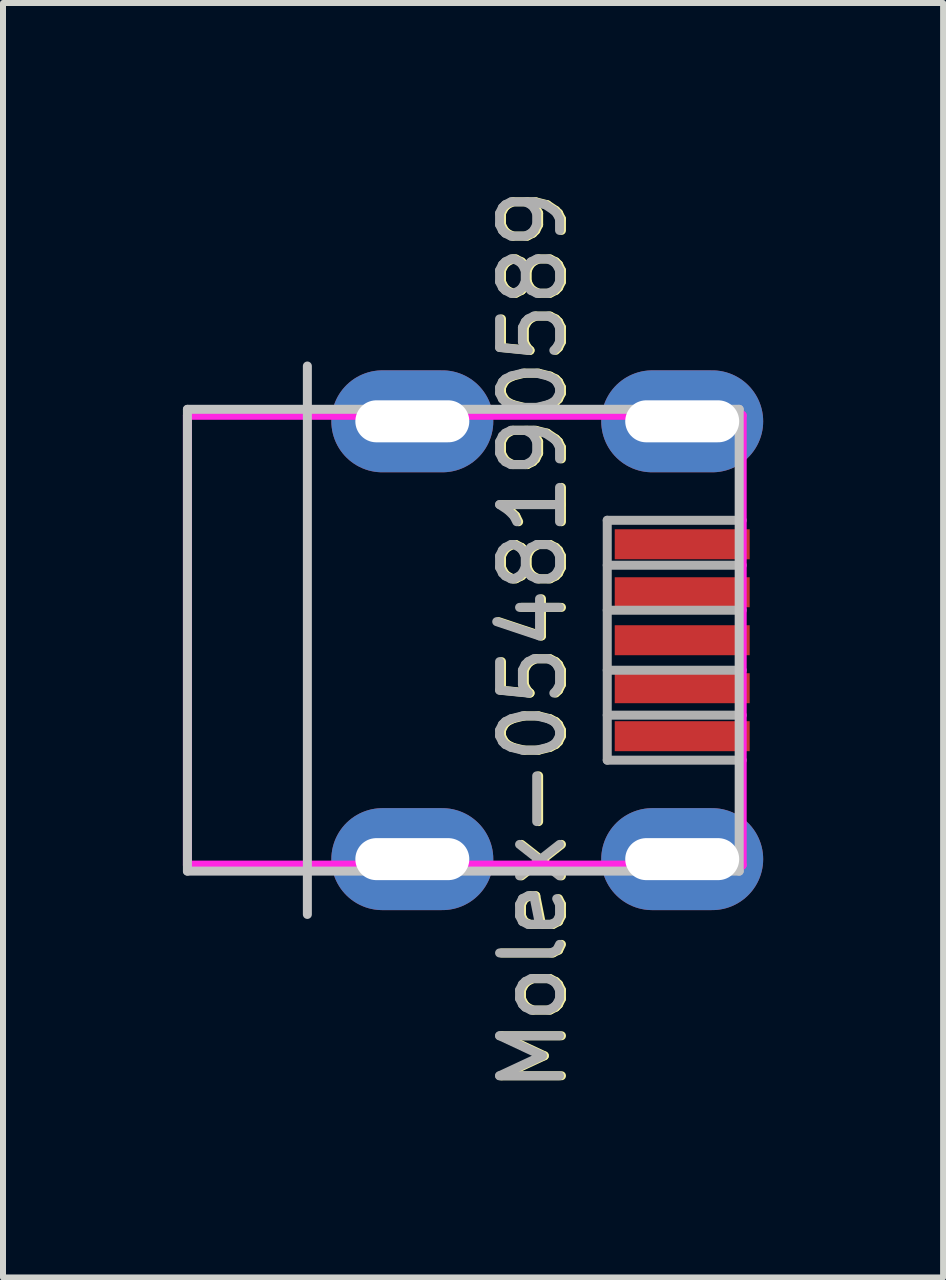
<source format=kicad_pcb>
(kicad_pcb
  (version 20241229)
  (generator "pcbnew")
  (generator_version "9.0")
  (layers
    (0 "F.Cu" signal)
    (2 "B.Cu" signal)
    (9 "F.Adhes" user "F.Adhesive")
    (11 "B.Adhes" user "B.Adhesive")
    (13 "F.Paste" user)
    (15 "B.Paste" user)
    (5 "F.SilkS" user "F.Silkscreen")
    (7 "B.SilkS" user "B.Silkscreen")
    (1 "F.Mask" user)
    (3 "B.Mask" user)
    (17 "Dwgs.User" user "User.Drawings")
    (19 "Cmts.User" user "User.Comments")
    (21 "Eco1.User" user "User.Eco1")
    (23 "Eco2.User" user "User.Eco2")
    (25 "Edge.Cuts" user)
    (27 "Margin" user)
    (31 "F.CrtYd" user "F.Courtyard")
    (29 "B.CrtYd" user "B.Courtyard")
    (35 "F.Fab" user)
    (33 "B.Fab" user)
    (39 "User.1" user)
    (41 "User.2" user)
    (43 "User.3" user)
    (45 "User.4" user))
  (footprint "Molex-0548190589"
    (layer "F.Cu")
    (at 3.825 7.625)
    (property "Reference" "Molex-0548190589" (at 2.032 0 90) (layer "F.SilkS") (effects (font (size 1 1) (thickness 0.15))))
    (attr smd)
    (fp_line (start -3.75 -3.85) (end -3.75 3.85) (stroke (width 0.15) (type solid)) (layer "Dwgs.User"))
    (fp_line (start -3.75 -3.85) (end 0 -3.85) (stroke (width 0.15) (type solid)) (layer "Dwgs.User"))
    (fp_line (start -3.75 3.85) (end 0 3.85) (stroke (width 0.15) (type solid)) (layer "Dwgs.User"))
    (fp_line (start -1.75 -4.572) (end -1.75 4.572) (stroke (width 0.15) (type solid)) (layer "Dwgs.User"))
    (fp_line (start 0 -3.85) (end 5.45 -3.85) (stroke (width 0.15) (type solid)) (layer "Dwgs.User"))
    (fp_line (start 0 3.85) (end 5.45 3.85) (stroke (width 0.15) (type solid)) (layer "Dwgs.User"))
    (fp_line (start 5.45 -3.85) (end 5.45 3.85) (stroke (width 0.15) (type solid)) (layer "Dwgs.User"))
    (fp_line (start -3.75 -3.75) (end 5.5 -3.75) (stroke (width 0.15) (type solid)) (layer "F.CrtYd"))
    (fp_line (start -3.75 3.75) (end -3.75 -3.75) (stroke (width 0.15) (type solid)) (layer "F.CrtYd"))
    (fp_line (start 5.5 -3.75) (end 5.5 3.75) (stroke (width 0.15) (type solid)) (layer "F.CrtYd"))
    (fp_line (start 5.5 3.75) (end -3.75 3.75) (stroke (width 0.15) (type solid)) (layer "F.CrtYd"))
    (fp_line (start 3.25 -2) (end 3.25 2) (stroke (width 0.15) (type solid)) (layer "F.Fab"))
    (fp_line (start 3.25 -1.25) (end 5.5 -1.25) (stroke (width 0.15) (type solid)) (layer "F.Fab"))
    (fp_line (start 3.25 0.5) (end 5.5 0.5) (stroke (width 0.15) (type solid)) (layer "F.Fab"))
    (fp_line (start 3.25 2) (end 5.5 2) (stroke (width 0.15) (type solid)) (layer "F.Fab"))
    (fp_line (start 5.5 -2) (end 3.25 -2) (stroke (width 0.15) (type solid)) (layer "F.Fab"))
    (fp_line (start 5.5 -0.5) (end 3.25 -0.5) (stroke (width 0.15) (type solid)) (layer "F.Fab"))
    (fp_line (start 5.5 1.25) (end 3.25 1.25) (stroke (width 0.15) (type solid)) (layer "F.Fab"))
    (fp_text user "${REFERENCE}" (at 2 0 90) (layer "F.Fab") (effects (font (size 1 1) (thickness 0.15))))
    (pad "1" smd rect (at 4.5 1.6) (size 2.25 0.5) (layers "F.Cu" "F.Mask" "F.Paste"))
    (pad "2" smd rect (at 4.5 0.8) (size 2.25 0.5) (layers "F.Cu" "F.Mask" "F.Paste"))
    (pad "3" smd rect (at 4.5 0) (size 2.25 0.5) (layers "F.Cu" "F.Mask" "F.Paste"))
    (pad "4" smd rect (at 4.5 -0.8) (size 2.25 0.5) (layers "F.Cu" "F.Mask" "F.Paste"))
    (pad "5" smd rect (at 4.5 -1.6) (size 2.25 0.5) (layers "F.Cu" "F.Mask" "F.Paste"))
    (pad "6" thru_hole oval (at 0 -3.65) (size 2.7 1.7) (drill oval 1.9 0.7) (layers "*.Cu" "*.Mask"))
    (pad "6" thru_hole oval (at 0 3.65) (size 2.7 1.7) (drill oval 1.9 0.7) (layers "*.Cu" "*.Mask"))
    (pad "6" thru_hole oval (at 4.5 -3.65) (size 2.7 1.7) (drill oval 1.9 0.7) (layers "*.Cu" "*.Mask"))
    (pad "6" thru_hole oval (at 4.5 3.65) (size 2.7 1.7) (drill oval 1.9 0.7) (layers "*.Cu" "*.Mask")))
  (gr_rect
    (start -3 -3)
    (end 12.675 18.25)
    (stroke (width 0.1) (type default))
    (fill no)
    (layer "Edge.Cuts")))
</source>
